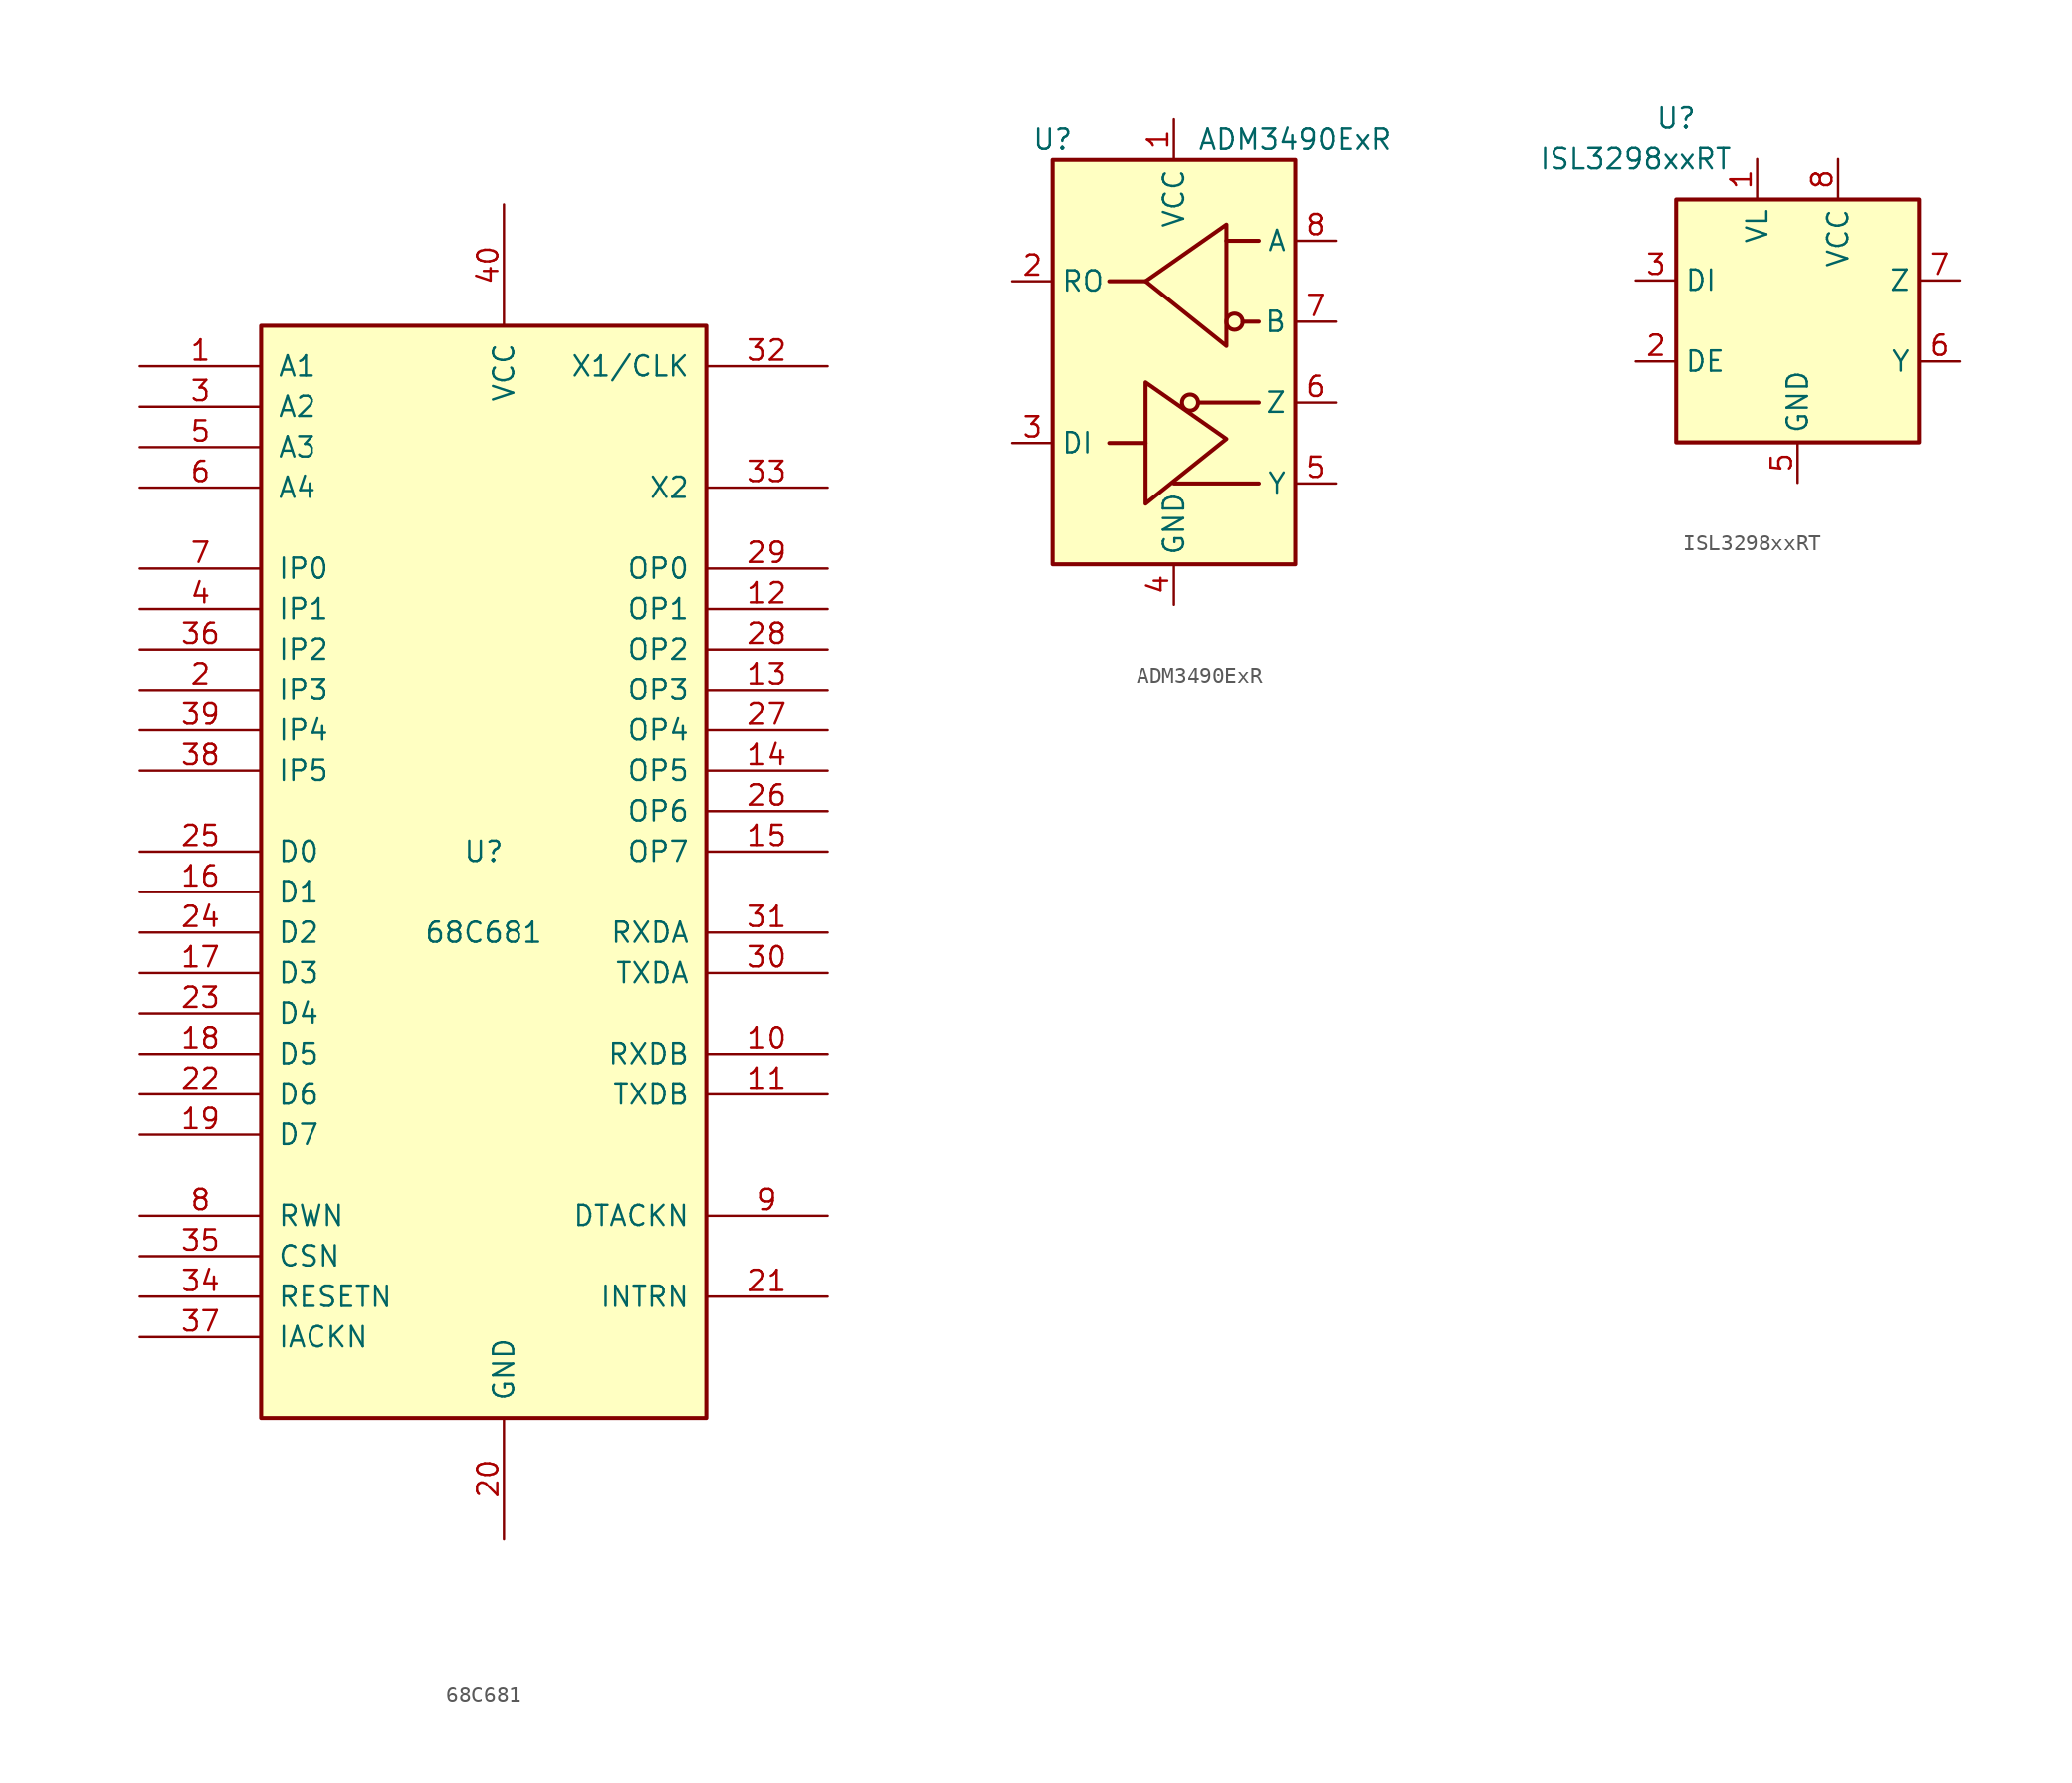
<source format=kicad_sym>
(kicad_symbol_lib
  (version 20220914)
  (generator kicad_symbol_editor)
  (symbol "68C681"
    (pin_names
      (offset 1.016))
    (property "Reference" "U"
      (at -1.27 2.54 0)
      (effects (font (size 1.27 1.27))))
    (property "Value" "68C681"
      (at -1.27 -2.54 0)
      (effects (font (size 1.27 1.27))))
    (symbol "68C681_0_1"
      (rectangle (start -15.24 -33.02) (end 12.7 35.56) (stroke (width 0.254) (type default)) (fill (type background))))
    (symbol "68C681_1_1"
      (pin input line (at -22.86 33.02 0) (length 7.62) (name "A1" (effects (font (size 1.27 1.27)))) (number "1" (effects (font (size 1.27 1.27)))))
      (pin input line (at 20.32 -10.16 180) (length 7.62) (name "RXDB" (effects (font (size 1.27 1.27)))) (number "10" (effects (font (size 1.27 1.27)))))
      (pin output line (at 20.32 -12.7 180) (length 7.62) (name "TXDB" (effects (font (size 1.27 1.27)))) (number "11" (effects (font (size 1.27 1.27)))))
      (pin output line (at 20.32 17.78 180) (length 7.62) (name "OP1" (effects (font (size 1.27 1.27)))) (number "12" (effects (font (size 1.27 1.27)))))
      (pin output line (at 20.32 12.7 180) (length 7.62) (name "OP3" (effects (font (size 1.27 1.27)))) (number "13" (effects (font (size 1.27 1.27)))))
      (pin output line (at 20.32 7.62 180) (length 7.62) (name "OP5" (effects (font (size 1.27 1.27)))) (number "14" (effects (font (size 1.27 1.27)))))
      (pin output line (at 20.32 2.54 180) (length 7.62) (name "OP7" (effects (font (size 1.27 1.27)))) (number "15" (effects (font (size 1.27 1.27)))))
      (pin input line (at -22.86 0 0) (length 7.62) (name "D1" (effects (font (size 1.27 1.27)))) (number "16" (effects (font (size 1.27 1.27)))))
      (pin input line (at -22.86 -5.08 0) (length 7.62) (name "D3" (effects (font (size 1.27 1.27)))) (number "17" (effects (font (size 1.27 1.27)))))
      (pin input line (at -22.86 -10.16 0) (length 7.62) (name "D5" (effects (font (size 1.27 1.27)))) (number "18" (effects (font (size 1.27 1.27)))))
      (pin input line (at -22.86 -15.24 0) (length 7.62) (name "D7" (effects (font (size 1.27 1.27)))) (number "19" (effects (font (size 1.27 1.27)))))
      (pin input line (at -22.86 12.7 0) (length 7.62) (name "IP3" (effects (font (size 1.27 1.27)))) (number "2" (effects (font (size 1.27 1.27)))))
      (pin power_in line (at 0 -40.64 90) (length 7.62) (name "GND" (effects (font (size 1.27 1.27)))) (number "20" (effects (font (size 1.27 1.27)))))
      (pin output line (at 20.32 -25.4 180) (length 7.62) (name "INTRN" (effects (font (size 1.27 1.27)))) (number "21" (effects (font (size 1.27 1.27)))))
      (pin input line (at -22.86 -12.7 0) (length 7.62) (name "D6" (effects (font (size 1.27 1.27)))) (number "22" (effects (font (size 1.27 1.27)))))
      (pin input line (at -22.86 -7.62 0) (length 7.62) (name "D4" (effects (font (size 1.27 1.27)))) (number "23" (effects (font (size 1.27 1.27)))))
      (pin input line (at -22.86 -2.54 0) (length 7.62) (name "D2" (effects (font (size 1.27 1.27)))) (number "24" (effects (font (size 1.27 1.27)))))
      (pin input line (at -22.86 2.54 0) (length 7.62) (name "D0" (effects (font (size 1.27 1.27)))) (number "25" (effects (font (size 1.27 1.27)))))
      (pin output line (at 20.32 5.08 180) (length 7.62) (name "OP6" (effects (font (size 1.27 1.27)))) (number "26" (effects (font (size 1.27 1.27)))))
      (pin output line (at 20.32 10.16 180) (length 7.62) (name "OP4" (effects (font (size 1.27 1.27)))) (number "27" (effects (font (size 1.27 1.27)))))
      (pin output line (at 20.32 15.24 180) (length 7.62) (name "OP2" (effects (font (size 1.27 1.27)))) (number "28" (effects (font (size 1.27 1.27)))))
      (pin output line (at 20.32 20.32 180) (length 7.62) (name "OP0" (effects (font (size 1.27 1.27)))) (number "29" (effects (font (size 1.27 1.27)))))
      (pin input line (at -22.86 30.48 0) (length 7.62) (name "A2" (effects (font (size 1.27 1.27)))) (number "3" (effects (font (size 1.27 1.27)))))
      (pin output line (at 20.32 -5.08 180) (length 7.62) (name "TXDA" (effects (font (size 1.27 1.27)))) (number "30" (effects (font (size 1.27 1.27)))))
      (pin input line (at 20.32 -2.54 180) (length 7.62) (name "RXDA" (effects (font (size 1.27 1.27)))) (number "31" (effects (font (size 1.27 1.27)))))
      (pin input line (at 20.32 33.02 180) (length 7.62) (name "X1/CLK" (effects (font (size 1.27 1.27)))) (number "32" (effects (font (size 1.27 1.27)))))
      (pin output line (at 20.32 25.4 180) (length 7.62) (name "X2" (effects (font (size 1.27 1.27)))) (number "33" (effects (font (size 1.27 1.27)))))
      (pin input line (at -22.86 -25.4 0) (length 7.62) (name "RESETN" (effects (font (size 1.27 1.27)))) (number "34" (effects (font (size 1.27 1.27)))))
      (pin input line (at -22.86 -22.86 0) (length 7.62) (name "CSN" (effects (font (size 1.27 1.27)))) (number "35" (effects (font (size 1.27 1.27)))))
      (pin input line (at -22.86 15.24 0) (length 7.62) (name "IP2" (effects (font (size 1.27 1.27)))) (number "36" (effects (font (size 1.27 1.27)))))
      (pin input line (at -22.86 -27.94 0) (length 7.62) (name "IACKN" (effects (font (size 1.27 1.27)))) (number "37" (effects (font (size 1.27 1.27)))))
      (pin input line (at -22.86 7.62 0) (length 7.62) (name "IP5" (effects (font (size 1.27 1.27)))) (number "38" (effects (font (size 1.27 1.27)))))
      (pin input line (at -22.86 10.16 0) (length 7.62) (name "IP4" (effects (font (size 1.27 1.27)))) (number "39" (effects (font (size 1.27 1.27)))))
      (pin input line (at -22.86 17.78 0) (length 7.62) (name "IP1" (effects (font (size 1.27 1.27)))) (number "4" (effects (font (size 1.27 1.27)))))
      (pin power_in line (at 0 43.18 270) (length 7.62) (name "VCC" (effects (font (size 1.27 1.27)))) (number "40" (effects (font (size 1.27 1.27)))))
      (pin input line (at -22.86 27.94 0) (length 7.62) (name "A3" (effects (font (size 1.27 1.27)))) (number "5" (effects (font (size 1.27 1.27)))))
      (pin input line (at -22.86 25.4 0) (length 7.62) (name "A4" (effects (font (size 1.27 1.27)))) (number "6" (effects (font (size 1.27 1.27)))))
      (pin input line (at -22.86 20.32 0) (length 7.62) (name "IP0" (effects (font (size 1.27 1.27)))) (number "7" (effects (font (size 1.27 1.27)))))
      (pin input line (at -22.86 -20.32 0) (length 7.62) (name "RWN" (effects (font (size 1.27 1.27)))) (number "8" (effects (font (size 1.27 1.27)))))
      (pin output line (at 20.32 -20.32 180) (length 7.62) (name "DTACKN" (effects (font (size 1.27 1.27)))) (number "9" (effects (font (size 1.27 1.27)))))))
  (symbol "ADM3490ExR"
    (property "Reference" "U"
      (at -7.62 13.97 0)
      (effects (font (size 1.27 1.27))))
    (property "Value" "ADM3490ExR"
      (at 7.62 13.97 0)
      (effects (font (size 1.27 1.27))))
    (symbol "ADM3490ExR_0_1"
      (rectangle (start -7.62 12.7) (end 7.62 -12.7) (stroke (width 0.254) (type default)) (fill (type background)))
      (polyline (pts (xy -1.778 -5.08) (xy -4.064 -5.08)) (stroke (width 0.254) (type default)) (fill (type none)))
      (polyline (pts (xy -1.778 5.08) (xy -4.064 5.08)) (stroke (width 0.254) (type default)) (fill (type none)))
      (polyline (pts (xy 0 -7.62) (xy 5.334 -7.62)) (stroke (width 0.254) (type default)) (fill (type none)))
      (polyline (pts (xy 1.524 -2.54) (xy 5.334 -2.54)) (stroke (width 0.254) (type default)) (fill (type none)))
      (polyline (pts (xy 3.302 7.62) (xy 5.334 7.62)) (stroke (width 0.254) (type default)) (fill (type none)))
      (polyline (pts (xy 4.318 2.54) (xy 5.334 2.54)) (stroke (width 0.254) (type default)) (fill (type none)))
      (polyline (pts (xy -1.778 -5.08) (xy -1.778 -1.27) (xy 3.302 -4.826) (xy -1.778 -8.89) (xy -1.778 -5.08)) (stroke (width 0.254) (type default)) (fill (type none)))
      (circle (center 1.016 -2.54) (radius 0.508) (stroke (width 0.254) (type default)) (fill (type none))))
    (symbol "ADM3490ExR_1_1"
      (polyline (pts (xy 3.302 4.826) (xy 3.302 8.636) (xy -1.778 5.08) (xy 3.302 1.016) (xy 3.302 4.826)) (stroke (width 0.254) (type default)) (fill (type none)))
      (circle (center 3.81 2.54) (radius 0.508) (stroke (width 0.254) (type default)) (fill (type none)))
      (pin power_in line (at 0 15.24 270) (length 2.54) (name "VCC" (effects (font (size 1.27 1.27)))) (number "1" (effects (font (size 1.27 1.27)))))
      (pin output line (at -10.16 5.08 0) (length 2.54) (name "RO" (effects (font (size 1.27 1.27)))) (number "2" (effects (font (size 1.27 1.27)))))
      (pin input line (at -10.16 -5.08 0) (length 2.54) (name "DI" (effects (font (size 1.27 1.27)))) (number "3" (effects (font (size 1.27 1.27)))))
      (pin power_in line (at 0 -15.24 90) (length 2.54) (name "GND" (effects (font (size 1.27 1.27)))) (number "4" (effects (font (size 1.27 1.27)))))
      (pin output line (at 10.16 -7.62 180) (length 2.54) (name "Y" (effects (font (size 1.27 1.27)))) (number "5" (effects (font (size 1.27 1.27)))))
      (pin output line (at 10.16 -2.54 180) (length 2.54) (name "Z" (effects (font (size 1.27 1.27)))) (number "6" (effects (font (size 1.27 1.27)))))
      (pin input line (at 10.16 2.54 180) (length 2.54) (name "B" (effects (font (size 1.27 1.27)))) (number "7" (effects (font (size 1.27 1.27)))))
      (pin input line (at 10.16 7.62 180) (length 2.54) (name "A" (effects (font (size 1.27 1.27)))) (number "8" (effects (font (size 1.27 1.27)))))))
  (symbol "ISL3298xxRT"
    (property "Reference" "U"
      (at -7.62 12.7 0)
      (effects (font (size 1.27 1.27))))
    (property "Value" "ISL3298xxRT"
      (at -10.16 10.16 0)
      (effects (font (size 1.27 1.27))))
    (symbol "ISL3298xxRT_0_1"
      (polyline (pts (xy -7.62 7.62) (xy 7.62 7.62) (xy 7.62 -7.62) (xy -7.62 -7.62) (xy -7.62 7.62)) (stroke (width 0.254) (type default)) (fill (type background))))
    (symbol "ISL3298xxRT_1_1"
      (pin power_in line (at -2.54 10.16 270) (length 2.54) (name "VL" (effects (font (size 1.27 1.27)))) (number "1" (effects (font (size 1.27 1.27)))))
      (pin input line (at -10.16 -2.54 0) (length 2.54) (name "DE" (effects (font (size 1.27 1.27)))) (number "2" (effects (font (size 1.27 1.27)))))
      (pin input line (at -10.16 2.54 0) (length 2.54) (name "DI" (effects (font (size 1.27 1.27)))) (number "3" (effects (font (size 1.27 1.27)))))
      (pin passive line (at 0 -10.16 90) (length 2.54) hide (name "GND" (effects (font (size 1.27 1.27)))) (number "4" (effects (font (size 1.27 1.27)))))
      (pin power_in line (at 0 -10.16 90) (length 2.54) (name "GND" (effects (font (size 1.27 1.27)))) (number "5" (effects (font (size 1.27 1.27)))))
      (pin output line (at 10.16 -2.54 180) (length 2.54) (name "Y" (effects (font (size 1.27 1.27)))) (number "6" (effects (font (size 1.27 1.27)))))
      (pin output line (at 10.16 2.54 180) (length 2.54) (name "Z" (effects (font (size 1.27 1.27)))) (number "7" (effects (font (size 1.27 1.27)))))
      (pin power_in line (at 2.54 10.16 270) (length 2.54) (name "VCC" (effects (font (size 1.27 1.27)))) (number "8" (effects (font (size 1.27 1.27)))))
      (pin passive line (at 0 -10.16 90) (length 2.54) hide (name "GND" (effects (font (size 1.27 1.27)))) (number "9" (effects (font (size 1.27 1.27))))))))
</source>
